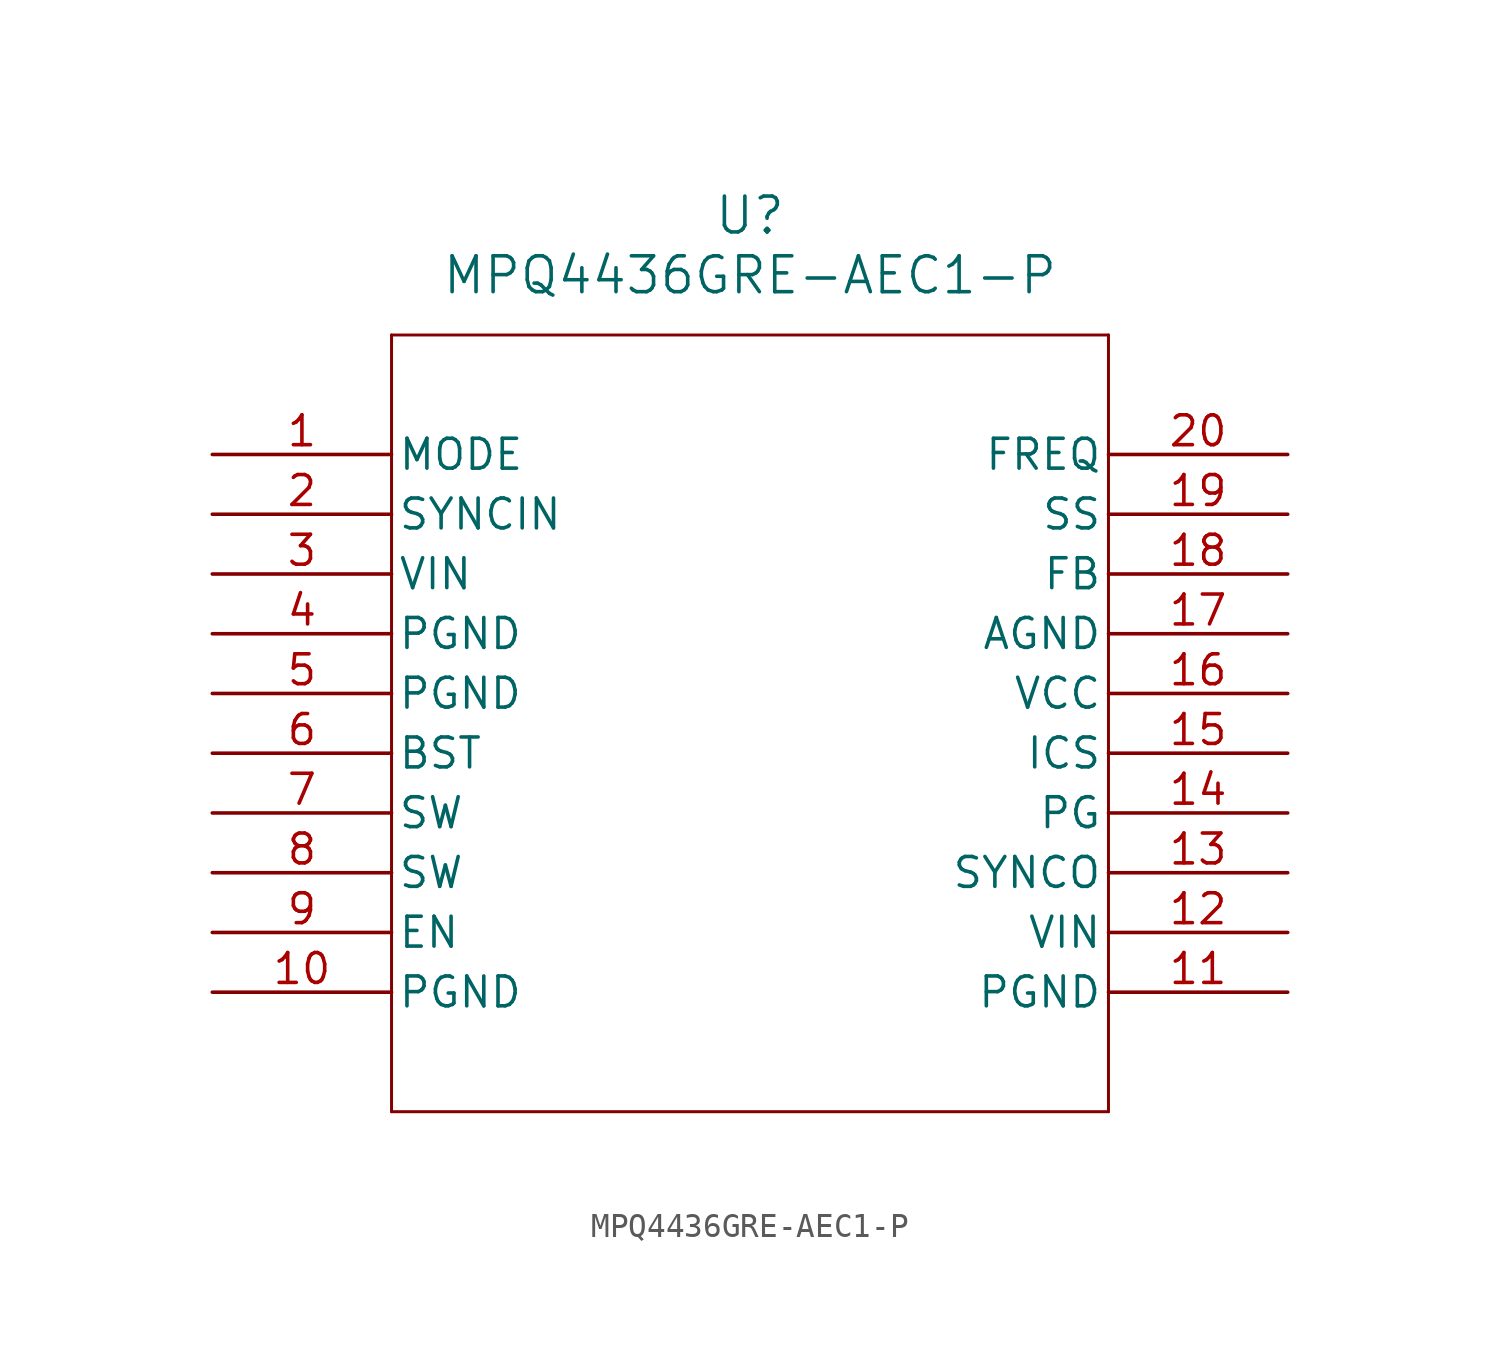
<source format=kicad_sym>
(kicad_symbol_lib
  (version 20220914)
  (generator kicad_symbol_editor)
  (symbol "MPQ4436GRE-AEC1-P"
    (pin_names
      (offset 0.254))
    (property "Reference" "U"
      (at 22.86 10.16 0)
      (effects (font (size 1.524 1.524))))
    (property "Value" "MPQ4436GRE-AEC1-P"
      (at 22.86 7.62 0)
      (effects (font (size 1.524 1.524))))
    (property "ki_locked" ""
      (at 0 0 0)
      (effects (font (size 1.27 1.27))))
    (symbol "MPQ4436GRE-AEC1-P_0_1"
      (polyline (pts (xy 7.62 -27.94) (xy 38.1 -27.94)) (stroke (width 0.127) (type default)) (fill (type none)))
      (polyline (pts (xy 7.62 5.08) (xy 7.62 -27.94)) (stroke (width 0.127) (type default)) (fill (type none)))
      (polyline (pts (xy 38.1 -27.94) (xy 38.1 5.08)) (stroke (width 0.127) (type default)) (fill (type none)))
      (polyline (pts (xy 38.1 5.08) (xy 7.62 5.08)) (stroke (width 0.127) (type default)) (fill (type none)))
      (pin power_in line (at 45.72 -20.32 180) (length 7.62) (name "VIN" (effects (font (size 1.27 1.27)))) (number "12" (effects (font (size 1.27 1.27)))))
      (pin output line (at 45.72 -17.78 180) (length 7.62) (name "SYNCO" (effects (font (size 1.27 1.27)))) (number "13" (effects (font (size 1.27 1.27)))))
      (pin output line (at 45.72 -15.24 180) (length 7.62) (name "PG" (effects (font (size 1.27 1.27)))) (number "14" (effects (font (size 1.27 1.27)))))
      (pin input line (at 45.72 -5.08 180) (length 7.62) (name "FB" (effects (font (size 1.27 1.27)))) (number "18" (effects (font (size 1.27 1.27)))))
      (pin input line (at 45.72 -2.54 180) (length 7.62) (name "SS" (effects (font (size 1.27 1.27)))) (number "19" (effects (font (size 1.27 1.27)))))
      (pin input line (at 0 -2.54 0) (length 7.62) (name "SYNCIN" (effects (font (size 1.27 1.27)))) (number "2" (effects (font (size 1.27 1.27)))))
      (pin power_in line (at 0 -5.08 0) (length 7.62) (name "VIN" (effects (font (size 1.27 1.27)))) (number "3" (effects (font (size 1.27 1.27)))))
      (pin output line (at 0 -15.24 0) (length 7.62) (name "SW" (effects (font (size 1.27 1.27)))) (number "7" (effects (font (size 1.27 1.27))))))
    (symbol "MPQ4436GRE-AEC1-P_1_1"
      (pin input line (at 0 0 0) (length 7.62) (name "MODE" (effects (font (size 1.27 1.27)))) (number "1" (effects (font (size 1.27 1.27)))))
      (pin power_in line (at 0 -22.86 0) (length 7.62) (name "PGND" (effects (font (size 1.27 1.27)))) (number "10" (effects (font (size 1.27 1.27)))))
      (pin power_in line (at 45.72 -22.86 180) (length 7.62) (name "PGND" (effects (font (size 1.27 1.27)))) (number "11" (effects (font (size 1.27 1.27)))))
      (pin passive line (at 45.72 -12.7 180) (length 7.62) (name "ICS" (effects (font (size 1.27 1.27)))) (number "15" (effects (font (size 1.27 1.27)))))
      (pin passive line (at 45.72 -10.16 180) (length 7.62) (name "VCC" (effects (font (size 1.27 1.27)))) (number "16" (effects (font (size 1.27 1.27)))))
      (pin power_in line (at 45.72 -7.62 180) (length 7.62) (name "AGND" (effects (font (size 1.27 1.27)))) (number "17" (effects (font (size 1.27 1.27)))))
      (pin input line (at 45.72 0 180) (length 7.62) (name "FREQ" (effects (font (size 1.27 1.27)))) (number "20" (effects (font (size 1.27 1.27)))))
      (pin power_in line (at 0 -7.62 0) (length 7.62) (name "PGND" (effects (font (size 1.27 1.27)))) (number "4" (effects (font (size 1.27 1.27)))))
      (pin power_in line (at 0 -10.16 0) (length 7.62) (name "PGND" (effects (font (size 1.27 1.27)))) (number "5" (effects (font (size 1.27 1.27)))))
      (pin passive line (at 0 -12.7 0) (length 7.62) (name "BST" (effects (font (size 1.27 1.27)))) (number "6" (effects (font (size 1.27 1.27)))))
      (pin passive line (at 0 -17.78 0) (length 7.62) (name "SW" (effects (font (size 1.27 1.27)))) (number "8" (effects (font (size 1.27 1.27)))))
      (pin input line (at 0 -20.32 0) (length 7.62) (name "EN" (effects (font (size 1.27 1.27)))) (number "9" (effects (font (size 1.27 1.27))))))))
</source>
